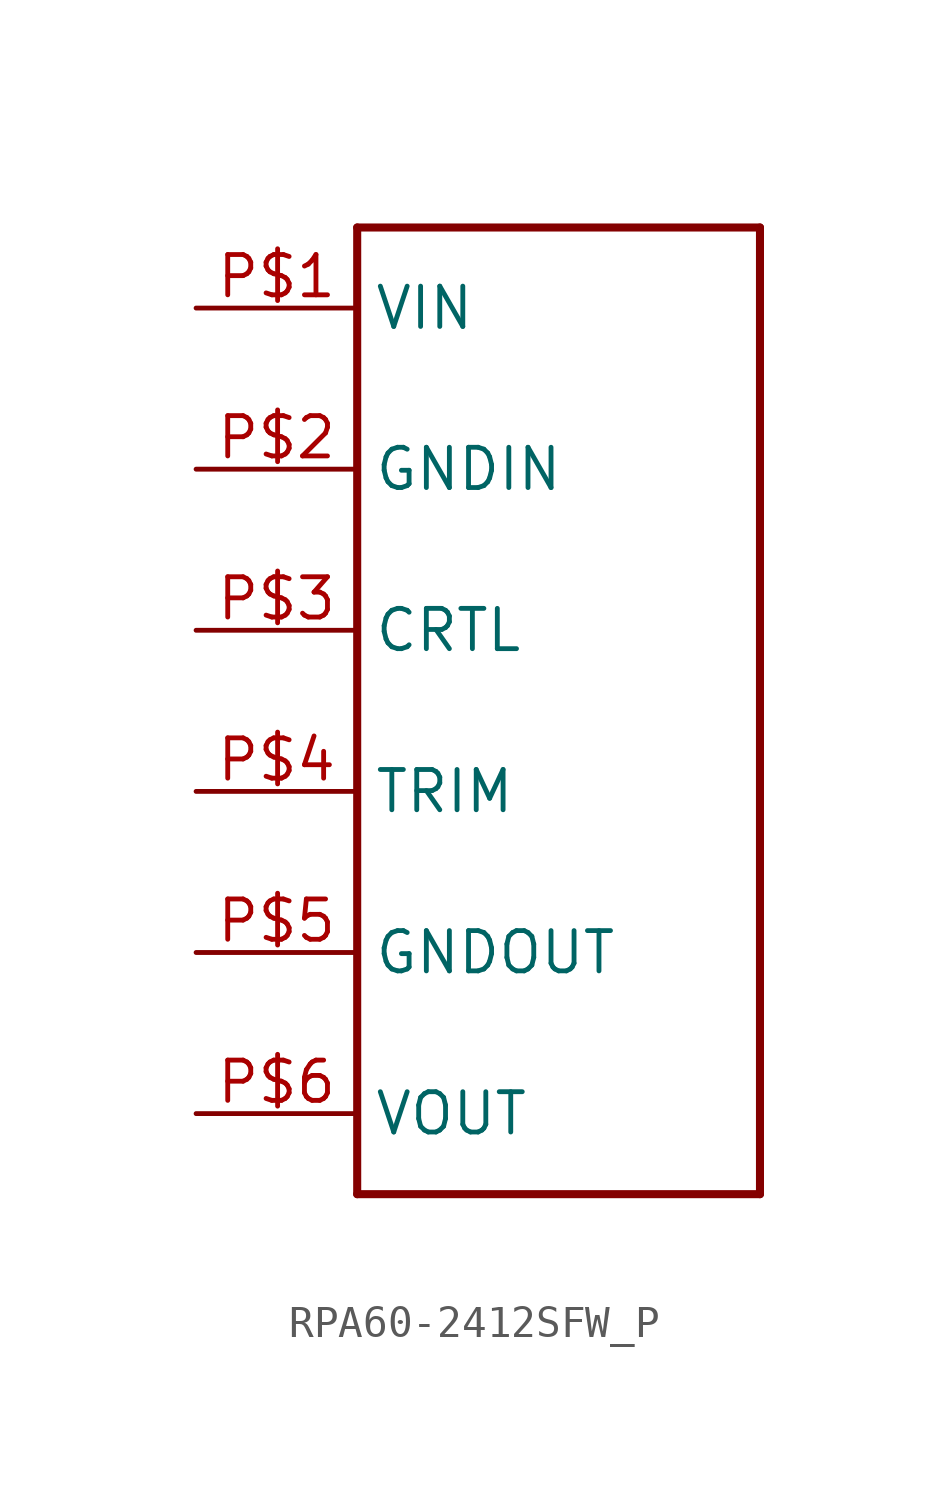
<source format=kicad_sym>
(kicad_symbol_lib
  (version 20220914)
  (generator kicad_symbol_editor)
  (symbol "RPA60-2412SFW_P"
    (property "Reference" ""
      (at 0 0 0)
      (effects (font (size 1.27 1.27)) hide))
    (property "ki_locked" ""
      (at 0 0 0)
      (effects (font (size 1.27 1.27))))
    (symbol "RPA60-2412SFW_P_1_0"
      (polyline (pts (xy 0 -12.7) (xy 12.7 -12.7)) (stroke (width 0.254) (type solid)) (fill (type none)))
      (polyline (pts (xy 0 17.78) (xy 0 -12.7)) (stroke (width 0.254) (type solid)) (fill (type none)))
      (polyline (pts (xy 12.7 -12.7) (xy 12.7 17.78)) (stroke (width 0.254) (type solid)) (fill (type none)))
      (polyline (pts (xy 12.7 17.78) (xy 0 17.78)) (stroke (width 0.254) (type solid)) (fill (type none)))
      (pin bidirectional line (at -5.08 15.24 0) (length 5.08) (name "VIN" (effects (font (size 1.27 1.27)))) (number "P$1" (effects (font (size 1.27 1.27)))))
      (pin bidirectional line (at -5.08 10.16 0) (length 5.08) (name "GNDIN" (effects (font (size 1.27 1.27)))) (number "P$2" (effects (font (size 1.27 1.27)))))
      (pin bidirectional line (at -5.08 5.08 0) (length 5.08) (name "CRTL" (effects (font (size 1.27 1.27)))) (number "P$3" (effects (font (size 1.27 1.27)))))
      (pin bidirectional line (at -5.08 0 0) (length 5.08) (name "TRIM" (effects (font (size 1.27 1.27)))) (number "P$4" (effects (font (size 1.27 1.27)))))
      (pin bidirectional line (at -5.08 -5.08 0) (length 5.08) (name "GNDOUT" (effects (font (size 1.27 1.27)))) (number "P$5" (effects (font (size 1.27 1.27)))))
      (pin bidirectional line (at -5.08 -10.16 0) (length 5.08) (name "VOUT" (effects (font (size 1.27 1.27)))) (number "P$6" (effects (font (size 1.27 1.27))))))))
</source>
